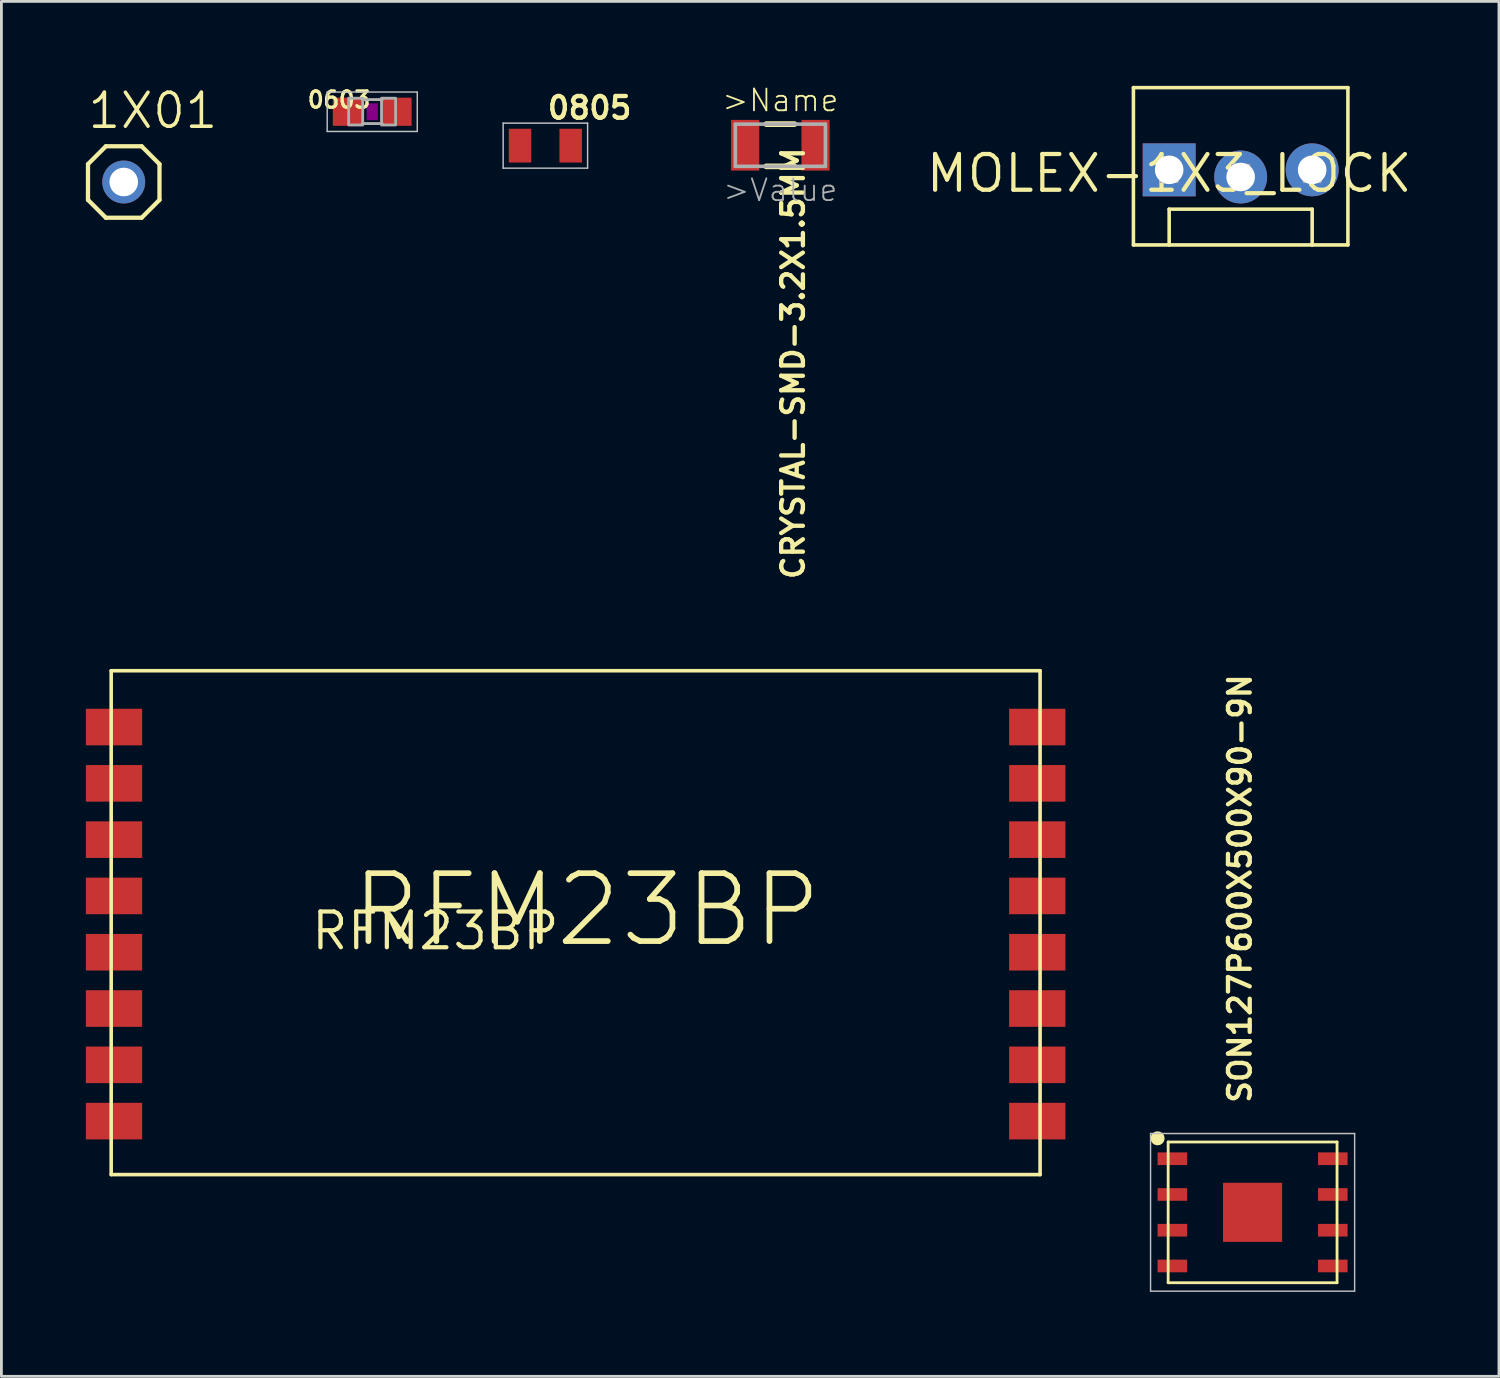
<source format=kicad_pcb>
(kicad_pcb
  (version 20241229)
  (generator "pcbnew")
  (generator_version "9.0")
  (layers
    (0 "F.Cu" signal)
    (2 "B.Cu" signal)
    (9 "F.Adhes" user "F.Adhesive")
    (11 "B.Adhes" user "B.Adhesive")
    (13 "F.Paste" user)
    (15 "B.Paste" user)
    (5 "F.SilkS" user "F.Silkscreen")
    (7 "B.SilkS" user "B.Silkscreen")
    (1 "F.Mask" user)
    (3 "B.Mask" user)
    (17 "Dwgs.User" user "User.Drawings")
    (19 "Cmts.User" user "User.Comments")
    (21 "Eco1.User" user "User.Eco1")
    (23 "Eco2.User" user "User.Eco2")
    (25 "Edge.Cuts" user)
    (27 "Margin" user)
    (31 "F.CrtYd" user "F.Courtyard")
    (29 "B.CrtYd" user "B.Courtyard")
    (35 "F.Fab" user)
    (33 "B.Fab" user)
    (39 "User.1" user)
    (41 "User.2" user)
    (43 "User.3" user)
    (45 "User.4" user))
  (footprint "MOLEX-1X3_LOCK"
    (layer "F.Cu")
    (at 38.486 3.111)
    (property "Reference" "MOLEX-1X3_LOCK" (at 0 0 0) (layer "F.SilkS") (effects (font (size 1.27 1.27) (thickness 0.15))))
    (attr through_hole)
    (fp_line (start -1.27 -3.048) (end -1.27 2.54) (stroke (width 0.127) (type solid)) (layer "F.SilkS"))
    (fp_line (start 0 1.27) (end 5.08 1.27) (stroke (width 0.127) (type solid)) (layer "F.SilkS"))
    (fp_line (start 0 2.54) (end -1.27 2.54) (stroke (width 0.127) (type solid)) (layer "F.SilkS"))
    (fp_line (start 0 2.54) (end 0 1.27) (stroke (width 0.127) (type solid)) (layer "F.SilkS"))
    (fp_line (start 5.08 1.27) (end 5.08 2.54) (stroke (width 0.127) (type solid)) (layer "F.SilkS"))
    (fp_line (start 5.08 2.54) (end 0 2.54) (stroke (width 0.127) (type solid)) (layer "F.SilkS"))
    (fp_line (start 6.35 -3.048) (end -1.27 -3.048) (stroke (width 0.127) (type solid)) (layer "F.SilkS"))
    (fp_line (start 6.35 -3.048) (end 6.35 2.54) (stroke (width 0.127) (type solid)) (layer "F.SilkS"))
    (fp_line (start 6.35 2.54) (end 5.08 2.54) (stroke (width 0.127) (type solid)) (layer "F.SilkS"))
    (fp_poly (pts (xy -0.292 0.292) (xy 0.292 0.292) (xy 0.292 -0.292) (xy -0.292 -0.292)) (stroke (width 0.1) (type solid)) (fill no) (layer "F.Fab"))
    (fp_poly (pts (xy 2.248 0.292) (xy 2.832 0.292) (xy 2.832 -0.292) (xy 2.248 -0.292)) (stroke (width 0.1) (type solid)) (fill no) (layer "F.Fab"))
    (fp_poly (pts (xy 4.788 0.292) (xy 5.372 0.292) (xy 5.372 -0.292) (xy 4.788 -0.292)) (stroke (width 0.1) (type solid)) (fill no) (layer "F.Fab"))
    (pad "1" thru_hole rect (at 0 -0.127) (size 1.88 1.88) (drill 1.016) (layers "*.Cu" "*.Mask"))
    (pad "2" thru_hole circle (at 2.54 0.127) (size 1.88 1.88) (drill 1.016) (layers "*.Cu" "*.Mask"))
    (pad "3" thru_hole circle (at 5.08 -0.127) (size 1.88 1.88) (drill 1.016) (layers "*.Cu" "*.Mask")))
  (footprint "SON127P600X500X90-9N"
    (layer "F.Cu")
    (at 41.45 40.02)
    (property "Reference" "SON127P600X500X90-9N" (at 0 -3.81 270) (layer "F.SilkS") (effects (font (size 0.772 0.772) (thickness 0.154)) (justify left bottom)))
    (attr through_hole)
    (fp_line (start -3 -2.5) (end 3 -2.5) (stroke (width 0.1) (type solid)) (layer "F.SilkS"))
    (fp_line (start -3 2.5) (end -3 -2.5) (stroke (width 0.1) (type solid)) (layer "F.SilkS"))
    (fp_line (start 3 -2.5) (end 3 2.5) (stroke (width 0.1) (type solid)) (layer "F.SilkS"))
    (fp_line (start 3 2.5) (end -3 2.5) (stroke (width 0.1) (type solid)) (layer "F.SilkS"))
    (fp_circle (center -3.375 -2.63) (end -3.25 -2.63) (stroke (width 0.25) (type solid)) (fill no) (layer "F.SilkS"))
    (fp_line (start -3.625 -2.8) (end 3.625 -2.8) (stroke (width 0.05) (type solid)) (layer "Dwgs.User"))
    (fp_line (start -3.625 2.8) (end -3.625 -2.8) (stroke (width 0.05) (type solid)) (layer "Dwgs.User"))
    (fp_line (start 3.625 -2.8) (end 3.625 2.8) (stroke (width 0.05) (type solid)) (layer "Dwgs.User"))
    (fp_line (start 3.625 2.8) (end -3.625 2.8) (stroke (width 0.05) (type solid)) (layer "Dwgs.User"))
    (pad "1" smd rect (at -2.85 -1.905) (size 1.05 0.45) (layers "F.Cu" "F.Mask" "F.Paste"))
    (pad "2" smd rect (at -2.85 -0.635) (size 1.05 0.45) (layers "F.Cu" "F.Mask" "F.Paste"))
    (pad "3" smd rect (at -2.85 0.635) (size 1.05 0.45) (layers "F.Cu" "F.Mask" "F.Paste"))
    (pad "4" smd rect (at -2.85 1.905) (size 1.05 0.45) (layers "F.Cu" "F.Mask" "F.Paste"))
    (pad "5" smd rect (at 2.85 1.905) (size 1.05 0.45) (layers "F.Cu" "F.Mask" "F.Paste"))
    (pad "6" smd rect (at 2.85 0.635) (size 1.05 0.45) (layers "F.Cu" "F.Mask" "F.Paste"))
    (pad "7" smd rect (at 2.85 -0.635) (size 1.05 0.45) (layers "F.Cu" "F.Mask" "F.Paste"))
    (pad "8" smd rect (at 2.85 -1.905) (size 1.05 0.45) (layers "F.Cu" "F.Mask" "F.Paste"))
    (pad "9" smd rect (at 0 0 90) (size 2.1 2.1) (layers "F.Cu" "F.Mask" "F.Paste")))
  (footprint "1X01"
    (layer "F.Cu")
    (at 1.346 3.416)
    (property "Reference" "1X01" (at -1.346 -1.829 0) (layer "F.SilkS") (effects (font (size 1.206 1.206) (thickness 0.127)) (justify left bottom)))
    (attr through_hole)
    (fp_line (start -1.27 -0.635) (end -1.27 0.635) (stroke (width 0.152) (type solid)) (layer "F.SilkS"))
    (fp_line (start -1.27 0.635) (end -0.635 1.27) (stroke (width 0.152) (type solid)) (layer "F.SilkS"))
    (fp_line (start -0.635 -1.27) (end -1.27 -0.635) (stroke (width 0.152) (type solid)) (layer "F.SilkS"))
    (fp_line (start -0.635 -1.27) (end 0.635 -1.27) (stroke (width 0.152) (type solid)) (layer "F.SilkS"))
    (fp_line (start 0.635 -1.27) (end 1.27 -0.635) (stroke (width 0.152) (type solid)) (layer "F.SilkS"))
    (fp_line (start 0.635 1.27) (end -0.635 1.27) (stroke (width 0.152) (type solid)) (layer "F.SilkS"))
    (fp_line (start 1.27 -0.635) (end 1.27 0.635) (stroke (width 0.152) (type solid)) (layer "F.SilkS"))
    (fp_line (start 1.27 0.635) (end 0.635 1.27) (stroke (width 0.152) (type solid)) (layer "F.SilkS"))
    (fp_poly (pts (xy -0.254 0.254) (xy 0.254 0.254) (xy 0.254 -0.254) (xy -0.254 -0.254)) (stroke (width 0.1) (type solid)) (fill no) (layer "F.Fab"))
    (pad "1" thru_hole circle (at 0 0) (size 1.524 1.524) (drill 1.016) (layers "*.Cu" "*.Mask")))
  (footprint "0603"
    (layer "F.Cu")
    (at 10.174 0.92)
    (property "Reference" "0603" (at 0 -0.762 180) (layer "F.SilkS") (effects (font (size 0.579 0.579) (thickness 0.116)) (justify right top)))
    (attr through_hole)
    (fp_poly (pts (xy -0.2 0.3) (xy 0.2 0.3) (xy 0.2 -0.3) (xy -0.2 -0.3)) (stroke (width 0) (type solid)) (fill yes) (layer "F.Adhes"))
    (fp_line (start -1.6 -0.7) (end 1.6 -0.7) (stroke (width 0.051) (type solid)) (layer "Dwgs.User"))
    (fp_line (start -1.6 0.7) (end -1.6 -0.7) (stroke (width 0.051) (type solid)) (layer "Dwgs.User"))
    (fp_line (start 1.6 -0.7) (end 1.6 0.7) (stroke (width 0.051) (type solid)) (layer "Dwgs.User"))
    (fp_line (start 1.6 0.7) (end -1.6 0.7) (stroke (width 0.051) (type solid)) (layer "Dwgs.User"))
    (fp_line (start -0.356 -0.432) (end 0.356 -0.432) (stroke (width 0.102) (type solid)) (layer "F.Fab"))
    (fp_line (start -0.356 0.419) (end 0.356 0.419) (stroke (width 0.102) (type solid)) (layer "F.Fab"))
    (fp_poly (pts (xy -0.838 0.47) (xy -0.338 0.47) (xy -0.338 -0.48) (xy -0.838 -0.48)) (stroke (width 0.1) (type solid)) (fill no) (layer "F.Fab"))
    (fp_poly (pts (xy 0.33 0.47) (xy 0.83 0.47) (xy 0.83 -0.48) (xy 0.33 -0.48)) (stroke (width 0.1) (type solid)) (fill no) (layer "F.Fab"))
    (pad "1" smd rect (at -0.85 0) (size 1.1 1) (layers "F.Cu" "F.Mask" "F.Paste"))
    (pad "2" smd rect (at 0.85 0) (size 1.1 1) (layers "F.Cu" "F.Mask" "F.Paste")))
  (footprint "RFM23BP"
    (layer "F.Cu")
    (at 16.9 29.279)
    (property "Reference" "RFM23BP" (at 0 0 0) (layer "F.SilkS") (effects (font (size 1.27 1.27) (thickness 0.15)) (justify right top)))
    (attr through_hole)
    (fp_line (start -16 -8.5) (end 17 -8.5) (stroke (width 0.127) (type solid)) (layer "F.SilkS"))
    (fp_line (start -16 9.4) (end -16 -8.5) (stroke (width 0.127) (type solid)) (layer "F.SilkS"))
    (fp_line (start -16 9.4) (end 17 9.4) (stroke (width 0.127) (type solid)) (layer "F.SilkS"))
    (fp_line (start 17 -8.5) (end 17 9.4) (stroke (width 0.127) (type solid)) (layer "F.SilkS"))
    (fp_text user "RFM23BP" (at -7.57 1.41 0) (layer "F.SilkS") (effects (font (size 2.413 2.413) (thickness 0.203)) (justify left bottom)))
    (pad "ANT" smd rect (at 16.9 7.5) (size 2 1.3) (layers "F.Cu" "F.Mask" "F.Paste"))
    (pad "GND1" smd rect (at -15.9 -6.5) (size 2 1.3) (layers "F.Cu" "F.Mask" "F.Paste"))
    (pad "GND2" smd rect (at -15.9 7.5) (size 2 1.3) (layers "F.Cu" "F.Mask" "F.Paste"))
    (pad "GND3" smd rect (at 16.9 5.5) (size 2 1.3) (layers "F.Cu" "F.Mask" "F.Paste"))
    (pad "GPIO_0" smd rect (at 16.9 -2.5) (size 2 1.3) (layers "F.Cu" "F.Mask" "F.Paste"))
    (pad "GPIO_1" smd rect (at 16.9 -4.5) (size 2 1.3) (layers "F.Cu" "F.Mask" "F.Paste"))
    (pad "GPIO_2" smd rect (at 16.9 -6.5) (size 2 1.3) (layers "F.Cu" "F.Mask" "F.Paste"))
    (pad "NIRQ" smd rect (at -15.9 3.5) (size 2 1.3) (layers "F.Cu" "F.Mask" "F.Paste"))
    (pad "NSEL" smd rect (at -15.9 1.5) (size 2 1.3) (layers "F.Cu" "F.Mask" "F.Paste"))
    (pad "RXON" smd rect (at 16.9 1.5) (size 2 1.3) (layers "F.Cu" "F.Mask" "F.Paste"))
    (pad "SCK" smd rect (at -15.9 -0.5) (size 2 1.3) (layers "F.Cu" "F.Mask" "F.Paste"))
    (pad "SDI" smd rect (at -15.9 -2.5) (size 2 1.3) (layers "F.Cu" "F.Mask" "F.Paste"))
    (pad "SDN" smd rect (at -15.9 5.5) (size 2 1.3) (layers "F.Cu" "F.Mask" "F.Paste"))
    (pad "SDO" smd rect (at -15.9 -4.5) (size 2 1.3) (layers "F.Cu" "F.Mask" "F.Paste"))
    (pad "TXON" smd rect (at 16.9 3.5) (size 2 1.3) (layers "F.Cu" "F.Mask" "F.Paste"))
    (pad "VCC" smd rect (at 16.9 -0.5) (size 2 1.3) (layers "F.Cu" "F.Mask" "F.Paste")))
  (footprint "CRYSTAL-SMD-3.2X1.5MM"
    (layer "F.Cu")
    (at 24.673 2.11)
    (property "Reference" "CRYSTAL-SMD-3.2X1.5MM" (at 0 0 270) (layer "F.SilkS") (effects (font (size 0.772 0.772) (thickness 0.154)) (justify right top)))
    (attr through_hole)
    (fp_line (start -0.5 -0.75) (end 0.5 -0.75) (stroke (width 0.203) (type solid)) (layer "F.SilkS"))
    (fp_line (start 0.5 0.75) (end -0.5 0.75) (stroke (width 0.203) (type solid)) (layer "F.SilkS"))
    (fp_line (start -1.6 -0.75) (end 1.6 -0.75) (stroke (width 0.127) (type solid)) (layer "F.Fab"))
    (fp_line (start -1.6 0.75) (end -1.6 -0.75) (stroke (width 0.127) (type solid)) (layer "F.Fab"))
    (fp_line (start 1.6 -0.75) (end 1.6 0.75) (stroke (width 0.127) (type solid)) (layer "F.Fab"))
    (fp_line (start 1.6 0.75) (end -1.6 0.75) (stroke (width 0.127) (type solid)) (layer "F.Fab"))
    (fp_text user ">Name" (at 0 -1.143 0) (layer "F.SilkS") (effects (font (size 0.772 0.772) (thickness 0.065)) (justify bottom)))
    (fp_text user ">Value" (at 0 1.143 0) (layer "F.Fab") (effects (font (size 0.772 0.772) (thickness 0.065)) (justify top)))
    (pad "P$1" smd rect (at -1.25 0) (size 1 1.8) (layers "F.Cu" "F.Mask" "F.Paste"))
    (pad "P$2" smd rect (at 1.25 0) (size 1 1.8) (layers "F.Cu" "F.Mask" "F.Paste")))
  (footprint "0805"
    (layer "F.Cu")
    (at 16.325 2.124)
    (property "Reference" "0805" (at 0 -0.889 0) (layer "F.SilkS") (effects (font (size 0.772 0.772) (thickness 0.154)) (justify left bottom)))
    (attr through_hole)
    (fp_line (start -1.5 -0.8) (end 1.5 -0.8) (stroke (width 0.051) (type solid)) (layer "Dwgs.User"))
    (fp_line (start -1.5 0.8) (end -1.5 -0.8) (stroke (width 0.051) (type solid)) (layer "Dwgs.User"))
    (fp_line (start 1.5 -0.8) (end 1.5 0.8) (stroke (width 0.051) (type solid)) (layer "Dwgs.User"))
    (fp_line (start 1.5 0.8) (end -1.5 0.8) (stroke (width 0.051) (type solid)) (layer "Dwgs.User"))
    (pad "1" smd rect (at -0.9 0) (size 0.8 1.2) (layers "F.Cu" "F.Mask" "F.Paste"))
    (pad "2" smd rect (at 0.9 0) (size 0.8 1.2) (layers "F.Cu" "F.Mask" "F.Paste")))
  (gr_rect
    (start -3 -3)
    (end 50.202 45.845)
    (stroke (width 0.1) (type default))
    (fill no)
    (layer "Edge.Cuts")))
</source>
